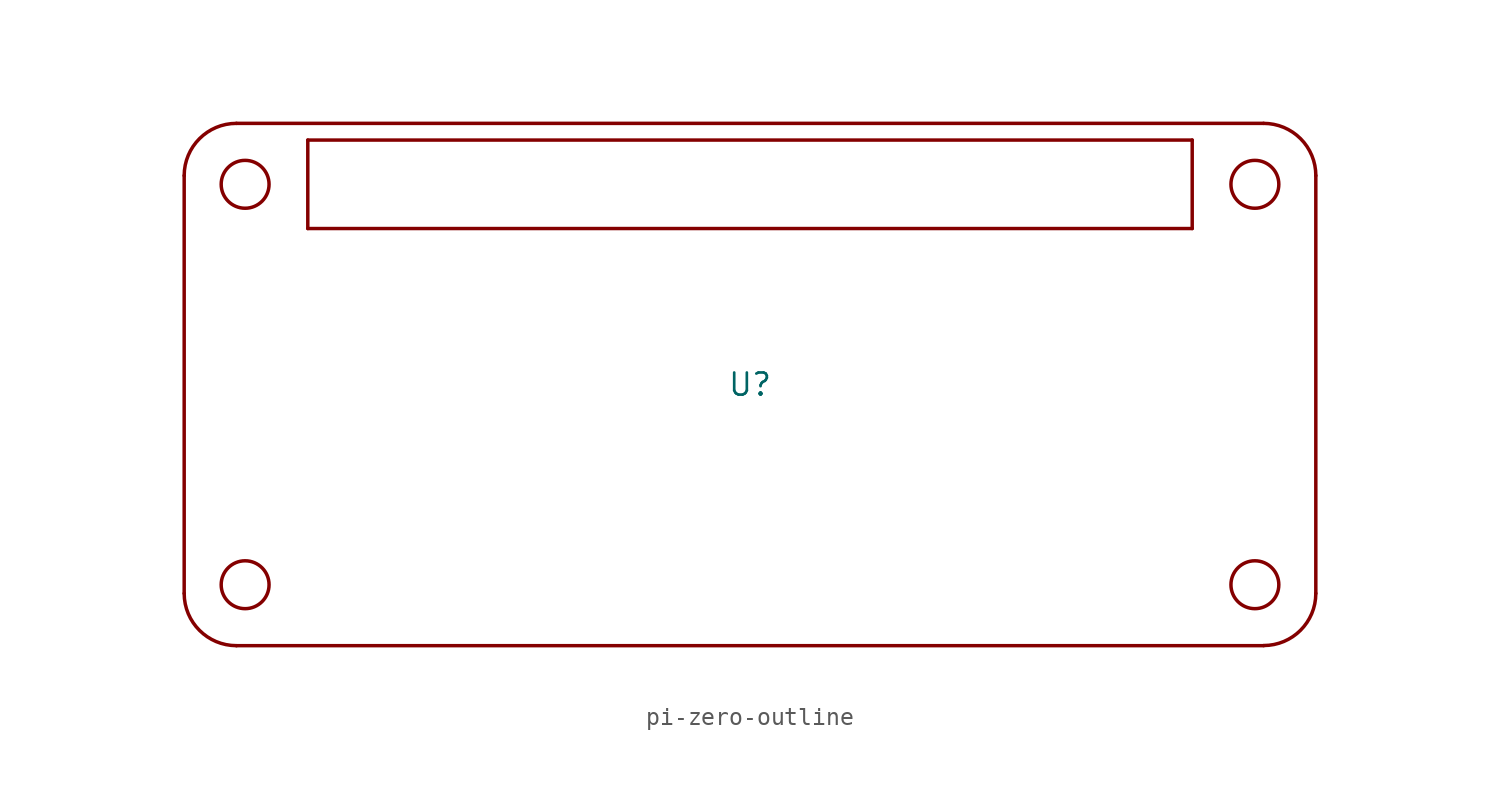
<source format=kicad_sym>
(kicad_symbol_lib
  (version 20231120)
  (generator "kicad_symbol_editor")
  (generator_version "8.0")
  (symbol "pi-zero-outline"
    (property "Reference" "U"
      (at 0 0 0)
      (effects (font (size 1.27 1.27))))
    (property "Value" ""
      (at 0 0 0)
      (effects (font (size 1.27 1.27))))
    (symbol "pi-zero-outline_1_0"
      (arc (start -32.5 -12) (mid -31.6213 -14.1213) (end -29.5 -15) (stroke (width 0.2) (type default)) (fill (type none)))
      (arc (start -29.5 15) (mid -31.6213 14.1213) (end -32.5 12) (stroke (width 0.2) (type default)) (fill (type none)))
      (circle (center -29 -11.5) (radius 1.375) (stroke (width 0.2) (type default)) (fill (type none)))
      (circle (center -29 11.5) (radius 1.375) (stroke (width 0.2) (type default)) (fill (type none)))
      (polyline (pts (xy -32.5 -12) (xy -32.5 12)) (stroke (width 0.2) (type default)) (fill (type none)))
      (polyline (pts (xy -29.5 15) (xy 29.5 15)) (stroke (width 0.2) (type default)) (fill (type none)))
      (polyline (pts (xy -25.4 8.96) (xy -25.4 14.04)) (stroke (width 0.2) (type default)) (fill (type none)))
      (polyline (pts (xy -25.4 14.04) (xy 25.4 14.04)) (stroke (width 0.2) (type default)) (fill (type none)))
      (polyline (pts (xy 25.4 8.96) (xy -25.4 8.96)) (stroke (width 0.2) (type default)) (fill (type none)))
      (polyline (pts (xy 25.4 14.04) (xy 25.4 8.96)) (stroke (width 0.2) (type default)) (fill (type none)))
      (polyline (pts (xy 29.5 -15) (xy -29.5 -15)) (stroke (width 0.2) (type default)) (fill (type none)))
      (polyline (pts (xy 32.5 12) (xy 32.5 -12)) (stroke (width 0.2) (type default)) (fill (type none)))
      (circle (center 29 -11.5) (radius 1.375) (stroke (width 0.2) (type default)) (fill (type none)))
      (circle (center 29 11.5) (radius 1.375) (stroke (width 0.2) (type default)) (fill (type none)))
      (arc (start 29.5 -15) (mid 31.6213 -14.1213) (end 32.5 -12) (stroke (width 0.2) (type default)) (fill (type none)))
      (arc (start 32.5 12) (mid 31.6213 14.1213) (end 29.5 15) (stroke (width 0.2) (type default)) (fill (type none))))))
</source>
